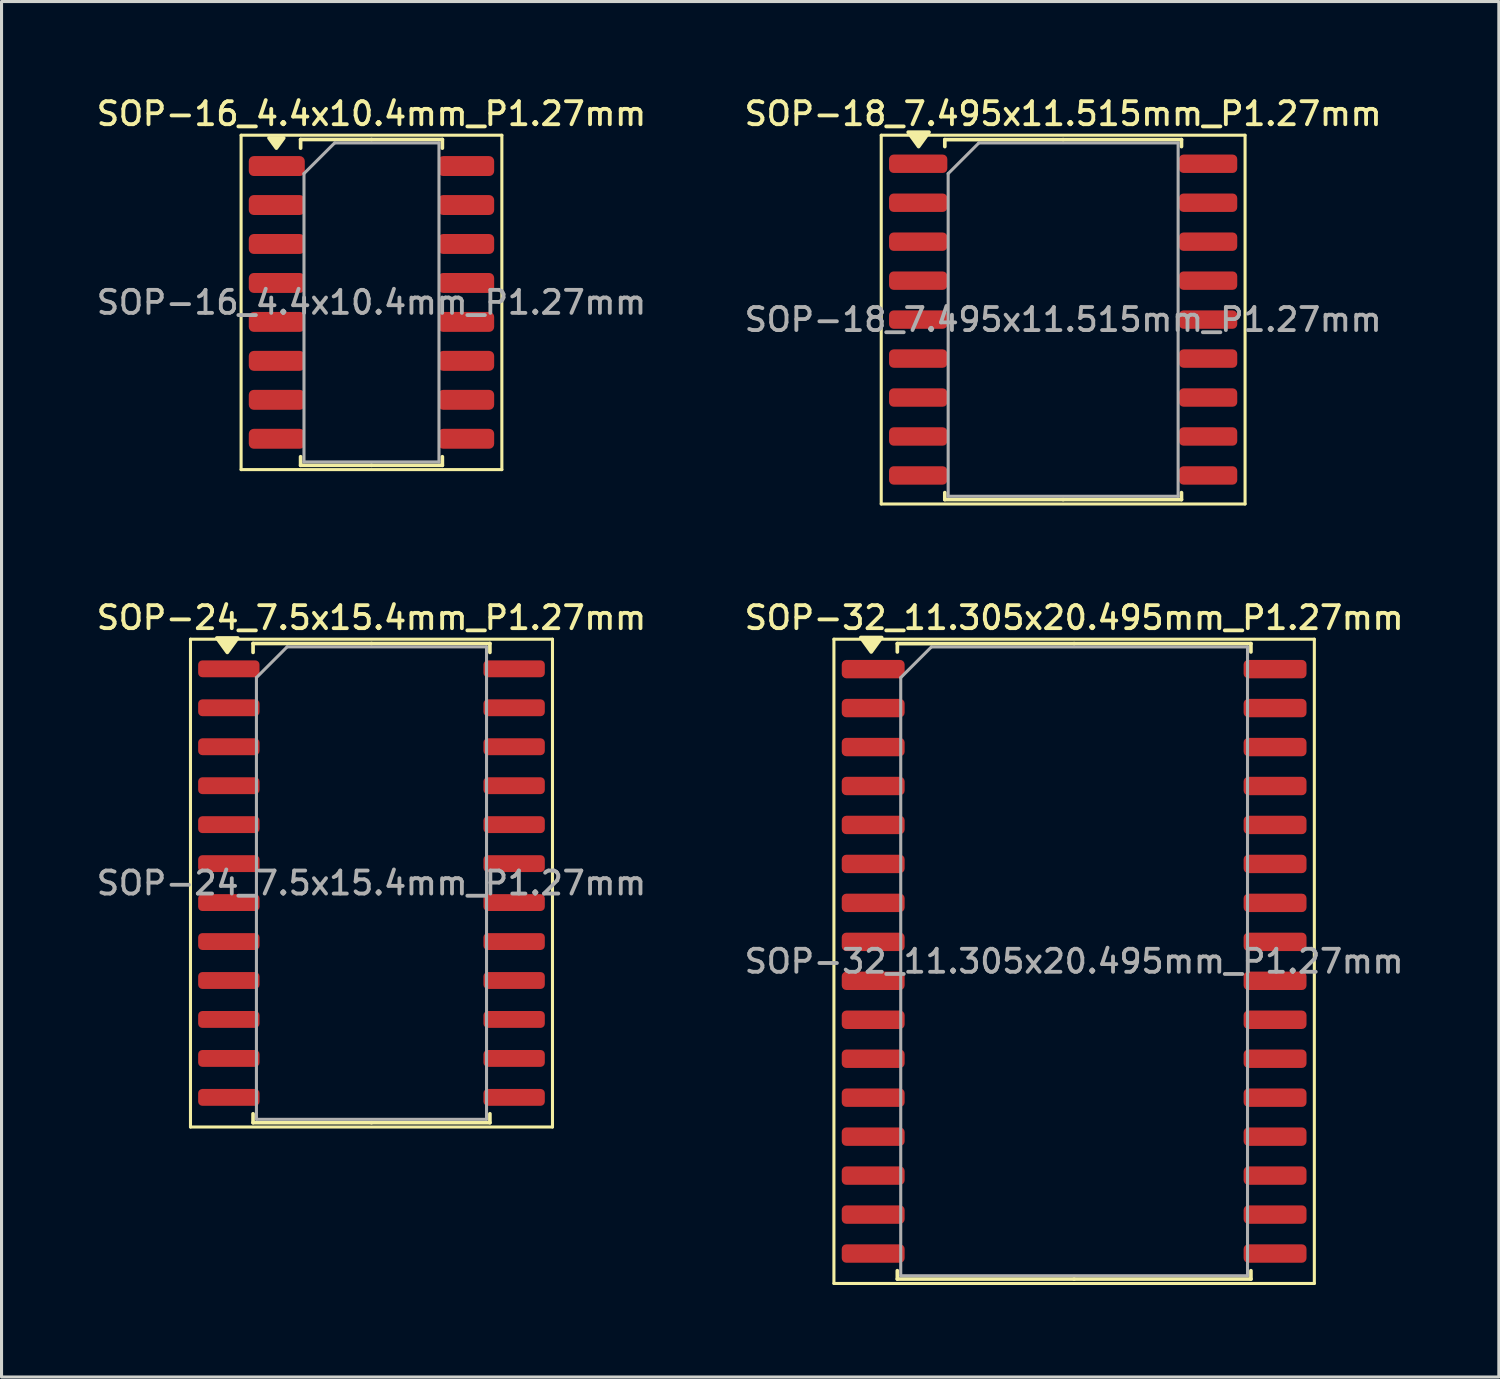
<source format=kicad_pcb>
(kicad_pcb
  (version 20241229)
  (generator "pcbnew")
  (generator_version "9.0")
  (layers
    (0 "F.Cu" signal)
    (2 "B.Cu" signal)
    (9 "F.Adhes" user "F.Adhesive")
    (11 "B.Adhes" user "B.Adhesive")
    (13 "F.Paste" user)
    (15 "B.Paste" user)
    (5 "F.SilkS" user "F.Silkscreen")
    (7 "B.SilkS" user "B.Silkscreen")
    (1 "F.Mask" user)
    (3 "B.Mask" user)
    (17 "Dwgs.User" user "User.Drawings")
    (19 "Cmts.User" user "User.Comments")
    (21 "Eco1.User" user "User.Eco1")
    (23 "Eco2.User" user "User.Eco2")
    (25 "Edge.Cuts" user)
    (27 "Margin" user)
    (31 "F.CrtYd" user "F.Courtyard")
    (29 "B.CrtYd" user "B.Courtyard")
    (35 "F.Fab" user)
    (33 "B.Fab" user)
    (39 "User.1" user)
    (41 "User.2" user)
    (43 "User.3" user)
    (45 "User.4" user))
  (footprint "SOP-24_7.5x15.4mm_P1.27mm"
    (layer "F.Cu")
    (at 9.059 25.736)
    (property "Reference" "SOP-24_7.5x15.4mm_P1.27mm" (at 0 -8.65 0) (layer "F.SilkS") (effects (font (size 0.75 0.75) (thickness 0.125))))
    (attr smd)
    (fp_line (start -5.9 -7.95) (end -5.9 7.95) (stroke (width 0.1) (type solid)) (layer "F.SilkS"))
    (fp_line (start -5.9 7.95) (end 5.9 7.95) (stroke (width 0.1) (type solid)) (layer "F.SilkS"))
    (fp_line (start -3.86 -7.81) (end -3.86 -7.52) (stroke (width 0.12) (type solid)) (layer "F.SilkS"))
    (fp_line (start -3.86 7.81) (end -3.86 7.52) (stroke (width 0.12) (type solid)) (layer "F.SilkS"))
    (fp_line (start 0 -7.81) (end -3.86 -7.81) (stroke (width 0.12) (type solid)) (layer "F.SilkS"))
    (fp_line (start 0 -7.81) (end 3.86 -7.81) (stroke (width 0.12) (type solid)) (layer "F.SilkS"))
    (fp_line (start 0 7.81) (end -3.86 7.81) (stroke (width 0.12) (type solid)) (layer "F.SilkS"))
    (fp_line (start 0 7.81) (end 3.86 7.81) (stroke (width 0.12) (type solid)) (layer "F.SilkS"))
    (fp_line (start 3.86 -7.81) (end 3.86 -7.52) (stroke (width 0.12) (type solid)) (layer "F.SilkS"))
    (fp_line (start 3.86 7.81) (end 3.86 7.52) (stroke (width 0.12) (type solid)) (layer "F.SilkS"))
    (fp_line (start 5.9 -7.95) (end -5.9 -7.95) (stroke (width 0.1) (type solid)) (layer "F.SilkS"))
    (fp_line (start 5.9 7.95) (end 5.9 -7.95) (stroke (width 0.1) (type solid)) (layer "F.SilkS"))
    (fp_poly (pts (xy -4.7 -7.52) (xy -5.04 -7.99) (xy -4.36 -7.99) (xy -4.7 -7.52)) (stroke (width 0.12) (type solid)) (fill yes) (layer "F.SilkS"))
    (fp_line (start -3.75 -6.7) (end -2.75 -7.7) (stroke (width 0.1) (type solid)) (layer "F.Fab"))
    (fp_line (start -3.75 7.7) (end -3.75 -6.7) (stroke (width 0.1) (type solid)) (layer "F.Fab"))
    (fp_line (start -2.75 -7.7) (end 3.75 -7.7) (stroke (width 0.1) (type solid)) (layer "F.Fab"))
    (fp_line (start 3.75 -7.7) (end 3.75 7.7) (stroke (width 0.1) (type solid)) (layer "F.Fab"))
    (fp_line (start 3.75 7.7) (end -3.75 7.7) (stroke (width 0.1) (type solid)) (layer "F.Fab"))
    (fp_text user "${REFERENCE}" (at 0 0 0) (layer "F.Fab") (effects (font (size 0.75 0.75) (thickness 0.125))))
    (pad "1" smd roundrect (at -4.65 -6.985) (size 2 0.55) (layers "F.Cu" "F.Mask" "F.Paste") (roundrect_rratio 0.25))
    (pad "2" smd roundrect (at -4.65 -5.715) (size 2 0.55) (layers "F.Cu" "F.Mask" "F.Paste") (roundrect_rratio 0.25))
    (pad "3" smd roundrect (at -4.65 -4.445) (size 2 0.55) (layers "F.Cu" "F.Mask" "F.Paste") (roundrect_rratio 0.25))
    (pad "4" smd roundrect (at -4.65 -3.175) (size 2 0.55) (layers "F.Cu" "F.Mask" "F.Paste") (roundrect_rratio 0.25))
    (pad "5" smd roundrect (at -4.65 -1.905) (size 2 0.55) (layers "F.Cu" "F.Mask" "F.Paste") (roundrect_rratio 0.25))
    (pad "6" smd roundrect (at -4.65 -0.635) (size 2 0.55) (layers "F.Cu" "F.Mask" "F.Paste") (roundrect_rratio 0.25))
    (pad "7" smd roundrect (at -4.65 0.635) (size 2 0.55) (layers "F.Cu" "F.Mask" "F.Paste") (roundrect_rratio 0.25))
    (pad "8" smd roundrect (at -4.65 1.905) (size 2 0.55) (layers "F.Cu" "F.Mask" "F.Paste") (roundrect_rratio 0.25))
    (pad "9" smd roundrect (at -4.65 3.175) (size 2 0.55) (layers "F.Cu" "F.Mask" "F.Paste") (roundrect_rratio 0.25))
    (pad "10" smd roundrect (at -4.65 4.445) (size 2 0.55) (layers "F.Cu" "F.Mask" "F.Paste") (roundrect_rratio 0.25))
    (pad "11" smd roundrect (at -4.65 5.715) (size 2 0.55) (layers "F.Cu" "F.Mask" "F.Paste") (roundrect_rratio 0.25))
    (pad "12" smd roundrect (at -4.65 6.985) (size 2 0.55) (layers "F.Cu" "F.Mask" "F.Paste") (roundrect_rratio 0.25))
    (pad "13" smd roundrect (at 4.65 6.985) (size 2 0.55) (layers "F.Cu" "F.Mask" "F.Paste") (roundrect_rratio 0.25))
    (pad "14" smd roundrect (at 4.65 5.715) (size 2 0.55) (layers "F.Cu" "F.Mask" "F.Paste") (roundrect_rratio 0.25))
    (pad "15" smd roundrect (at 4.65 4.445) (size 2 0.55) (layers "F.Cu" "F.Mask" "F.Paste") (roundrect_rratio 0.25))
    (pad "16" smd roundrect (at 4.65 3.175) (size 2 0.55) (layers "F.Cu" "F.Mask" "F.Paste") (roundrect_rratio 0.25))
    (pad "17" smd roundrect (at 4.65 1.905) (size 2 0.55) (layers "F.Cu" "F.Mask" "F.Paste") (roundrect_rratio 0.25))
    (pad "18" smd roundrect (at 4.65 0.635) (size 2 0.55) (layers "F.Cu" "F.Mask" "F.Paste") (roundrect_rratio 0.25))
    (pad "19" smd roundrect (at 4.65 -0.635) (size 2 0.55) (layers "F.Cu" "F.Mask" "F.Paste") (roundrect_rratio 0.25))
    (pad "20" smd roundrect (at 4.65 -1.905) (size 2 0.55) (layers "F.Cu" "F.Mask" "F.Paste") (roundrect_rratio 0.25))
    (pad "21" smd roundrect (at 4.65 -3.175) (size 2 0.55) (layers "F.Cu" "F.Mask" "F.Paste") (roundrect_rratio 0.25))
    (pad "22" smd roundrect (at 4.65 -4.445) (size 2 0.55) (layers "F.Cu" "F.Mask" "F.Paste") (roundrect_rratio 0.25))
    (pad "23" smd roundrect (at 4.65 -5.715) (size 2 0.55) (layers "F.Cu" "F.Mask" "F.Paste") (roundrect_rratio 0.25))
    (pad "24" smd roundrect (at 4.65 -6.985) (size 2 0.55) (layers "F.Cu" "F.Mask" "F.Paste") (roundrect_rratio 0.25)))
  (footprint "SOP-16_4.4x10.4mm_P1.27mm"
    (layer "F.Cu")
    (at 9.059 6.808)
    (property "Reference" "SOP-16_4.4x10.4mm_P1.27mm" (at 0 -6.15 0) (layer "F.SilkS") (effects (font (size 0.75 0.75) (thickness 0.125))))
    (attr smd)
    (fp_line (start -4.25 -5.45) (end -4.25 5.45) (stroke (width 0.1) (type solid)) (layer "F.SilkS"))
    (fp_line (start -4.25 5.45) (end 4.25 5.45) (stroke (width 0.1) (type solid)) (layer "F.SilkS"))
    (fp_line (start -2.31 -5.31) (end -2.31 -5.03) (stroke (width 0.12) (type solid)) (layer "F.SilkS"))
    (fp_line (start -2.31 5.31) (end -2.31 5.03) (stroke (width 0.12) (type solid)) (layer "F.SilkS"))
    (fp_line (start 0 -5.31) (end -2.31 -5.31) (stroke (width 0.12) (type solid)) (layer "F.SilkS"))
    (fp_line (start 0 -5.31) (end 2.31 -5.31) (stroke (width 0.12) (type solid)) (layer "F.SilkS"))
    (fp_line (start 0 5.31) (end -2.31 5.31) (stroke (width 0.12) (type solid)) (layer "F.SilkS"))
    (fp_line (start 0 5.31) (end 2.31 5.31) (stroke (width 0.12) (type solid)) (layer "F.SilkS"))
    (fp_line (start 2.31 -5.31) (end 2.31 -5.03) (stroke (width 0.12) (type solid)) (layer "F.SilkS"))
    (fp_line (start 2.31 5.31) (end 2.31 5.03) (stroke (width 0.12) (type solid)) (layer "F.SilkS"))
    (fp_line (start 4.25 -5.45) (end -4.25 -5.45) (stroke (width 0.1) (type solid)) (layer "F.SilkS"))
    (fp_line (start 4.25 5.45) (end 4.25 -5.45) (stroke (width 0.1) (type solid)) (layer "F.SilkS"))
    (fp_poly (pts (xy -3.1 -5.03) (xy -3.34 -5.36) (xy -2.86 -5.36) (xy -3.1 -5.03)) (stroke (width 0.12) (type solid)) (fill yes) (layer "F.SilkS"))
    (fp_line (start -2.2 -4.2) (end -1.2 -5.2) (stroke (width 0.1) (type solid)) (layer "F.Fab"))
    (fp_line (start -2.2 5.2) (end -2.2 -4.2) (stroke (width 0.1) (type solid)) (layer "F.Fab"))
    (fp_line (start -1.2 -5.2) (end 2.2 -5.2) (stroke (width 0.1) (type solid)) (layer "F.Fab"))
    (fp_line (start 2.2 -5.2) (end 2.2 5.2) (stroke (width 0.1) (type solid)) (layer "F.Fab"))
    (fp_line (start 2.2 5.2) (end -2.2 5.2) (stroke (width 0.1) (type solid)) (layer "F.Fab"))
    (fp_text user "${REFERENCE}" (at 0 0 0) (layer "F.Fab") (effects (font (size 0.75 0.75) (thickness 0.125))))
    (pad "1" smd roundrect (at -3.087 -4.445) (size 1.825 0.65) (layers "F.Cu" "F.Mask" "F.Paste") (roundrect_rratio 0.25))
    (pad "2" smd roundrect (at -3.087 -3.175) (size 1.825 0.65) (layers "F.Cu" "F.Mask" "F.Paste") (roundrect_rratio 0.25))
    (pad "3" smd roundrect (at -3.087 -1.905) (size 1.825 0.65) (layers "F.Cu" "F.Mask" "F.Paste") (roundrect_rratio 0.25))
    (pad "4" smd roundrect (at -3.087 -0.635) (size 1.825 0.65) (layers "F.Cu" "F.Mask" "F.Paste") (roundrect_rratio 0.25))
    (pad "5" smd roundrect (at -3.087 0.635) (size 1.825 0.65) (layers "F.Cu" "F.Mask" "F.Paste") (roundrect_rratio 0.25))
    (pad "6" smd roundrect (at -3.087 1.905) (size 1.825 0.65) (layers "F.Cu" "F.Mask" "F.Paste") (roundrect_rratio 0.25))
    (pad "7" smd roundrect (at -3.087 3.175) (size 1.825 0.65) (layers "F.Cu" "F.Mask" "F.Paste") (roundrect_rratio 0.25))
    (pad "8" smd roundrect (at -3.087 4.445) (size 1.825 0.65) (layers "F.Cu" "F.Mask" "F.Paste") (roundrect_rratio 0.25))
    (pad "9" smd roundrect (at 3.087 4.445) (size 1.825 0.65) (layers "F.Cu" "F.Mask" "F.Paste") (roundrect_rratio 0.25))
    (pad "10" smd roundrect (at 3.087 3.175) (size 1.825 0.65) (layers "F.Cu" "F.Mask" "F.Paste") (roundrect_rratio 0.25))
    (pad "11" smd roundrect (at 3.087 1.905) (size 1.825 0.65) (layers "F.Cu" "F.Mask" "F.Paste") (roundrect_rratio 0.25))
    (pad "12" smd roundrect (at 3.087 0.635) (size 1.825 0.65) (layers "F.Cu" "F.Mask" "F.Paste") (roundrect_rratio 0.25))
    (pad "13" smd roundrect (at 3.087 -0.635) (size 1.825 0.65) (layers "F.Cu" "F.Mask" "F.Paste") (roundrect_rratio 0.25))
    (pad "14" smd roundrect (at 3.087 -1.905) (size 1.825 0.65) (layers "F.Cu" "F.Mask" "F.Paste") (roundrect_rratio 0.25))
    (pad "15" smd roundrect (at 3.087 -3.175) (size 1.825 0.65) (layers "F.Cu" "F.Mask" "F.Paste") (roundrect_rratio 0.25))
    (pad "16" smd roundrect (at 3.087 -4.445) (size 1.825 0.65) (layers "F.Cu" "F.Mask" "F.Paste") (roundrect_rratio 0.25)))
  (footprint "SOP-32_11.305x20.495mm_P1.27mm"
    (layer "F.Cu")
    (at 31.963 28.286)
    (property "Reference" "SOP-32_11.305x20.495mm_P1.27mm" (at 0 -11.2 0) (layer "F.SilkS") (effects (font (size 0.75 0.75) (thickness 0.125))))
    (attr smd)
    (fp_line (start -7.83 -10.5) (end -7.83 10.5) (stroke (width 0.1) (type solid)) (layer "F.SilkS"))
    (fp_line (start -7.83 10.5) (end 7.83 10.5) (stroke (width 0.1) (type solid)) (layer "F.SilkS"))
    (fp_line (start -5.763 -10.357) (end -5.763 -10.085) (stroke (width 0.12) (type solid)) (layer "F.SilkS"))
    (fp_line (start -5.763 10.357) (end -5.763 10.085) (stroke (width 0.12) (type solid)) (layer "F.SilkS"))
    (fp_line (start 0 -10.357) (end -5.763 -10.357) (stroke (width 0.12) (type solid)) (layer "F.SilkS"))
    (fp_line (start 0 -10.357) (end 5.763 -10.357) (stroke (width 0.12) (type solid)) (layer "F.SilkS"))
    (fp_line (start 0 10.357) (end -5.763 10.357) (stroke (width 0.12) (type solid)) (layer "F.SilkS"))
    (fp_line (start 0 10.357) (end 5.763 10.357) (stroke (width 0.12) (type solid)) (layer "F.SilkS"))
    (fp_line (start 5.763 -10.357) (end 5.763 -10.085) (stroke (width 0.12) (type solid)) (layer "F.SilkS"))
    (fp_line (start 5.763 10.357) (end 5.763 10.085) (stroke (width 0.12) (type solid)) (layer "F.SilkS"))
    (fp_line (start 7.83 -10.5) (end -7.83 -10.5) (stroke (width 0.1) (type solid)) (layer "F.SilkS"))
    (fp_line (start 7.83 10.5) (end 7.83 -10.5) (stroke (width 0.1) (type solid)) (layer "F.SilkS"))
    (fp_poly (pts (xy -6.614 -10.085) (xy -6.954 -10.555) (xy -6.274 -10.555) (xy -6.614 -10.085)) (stroke (width 0.12) (type solid)) (fill yes) (layer "F.SilkS"))
    (fp_line (start -5.652 -9.248) (end -4.652 -10.248) (stroke (width 0.1) (type solid)) (layer "F.Fab"))
    (fp_line (start -5.652 10.248) (end -5.652 -9.248) (stroke (width 0.1) (type solid)) (layer "F.Fab"))
    (fp_line (start -4.652 -10.248) (end 5.652 -10.248) (stroke (width 0.1) (type solid)) (layer "F.Fab"))
    (fp_line (start 5.652 -10.248) (end 5.652 10.248) (stroke (width 0.1) (type solid)) (layer "F.Fab"))
    (fp_line (start 5.652 10.248) (end -5.652 10.248) (stroke (width 0.1) (type solid)) (layer "F.Fab"))
    (fp_text user "${REFERENCE}" (at 0 0 0) (layer "F.Fab") (effects (font (size 0.75 0.75) (thickness 0.125))))
    (pad "1" smd roundrect (at -6.55 -9.525) (size 2.05 0.6) (layers "F.Cu" "F.Mask" "F.Paste") (roundrect_rratio 0.25))
    (pad "2" smd roundrect (at -6.55 -8.255) (size 2.05 0.6) (layers "F.Cu" "F.Mask" "F.Paste") (roundrect_rratio 0.25))
    (pad "3" smd roundrect (at -6.55 -6.985) (size 2.05 0.6) (layers "F.Cu" "F.Mask" "F.Paste") (roundrect_rratio 0.25))
    (pad "4" smd roundrect (at -6.55 -5.715) (size 2.05 0.6) (layers "F.Cu" "F.Mask" "F.Paste") (roundrect_rratio 0.25))
    (pad "5" smd roundrect (at -6.55 -4.445) (size 2.05 0.6) (layers "F.Cu" "F.Mask" "F.Paste") (roundrect_rratio 0.25))
    (pad "6" smd roundrect (at -6.55 -3.175) (size 2.05 0.6) (layers "F.Cu" "F.Mask" "F.Paste") (roundrect_rratio 0.25))
    (pad "7" smd roundrect (at -6.55 -1.905) (size 2.05 0.6) (layers "F.Cu" "F.Mask" "F.Paste") (roundrect_rratio 0.25))
    (pad "8" smd roundrect (at -6.55 -0.635) (size 2.05 0.6) (layers "F.Cu" "F.Mask" "F.Paste") (roundrect_rratio 0.25))
    (pad "9" smd roundrect (at -6.55 0.635) (size 2.05 0.6) (layers "F.Cu" "F.Mask" "F.Paste") (roundrect_rratio 0.25))
    (pad "10" smd roundrect (at -6.55 1.905) (size 2.05 0.6) (layers "F.Cu" "F.Mask" "F.Paste") (roundrect_rratio 0.25))
    (pad "11" smd roundrect (at -6.55 3.175) (size 2.05 0.6) (layers "F.Cu" "F.Mask" "F.Paste") (roundrect_rratio 0.25))
    (pad "12" smd roundrect (at -6.55 4.445) (size 2.05 0.6) (layers "F.Cu" "F.Mask" "F.Paste") (roundrect_rratio 0.25))
    (pad "13" smd roundrect (at -6.55 5.715) (size 2.05 0.6) (layers "F.Cu" "F.Mask" "F.Paste") (roundrect_rratio 0.25))
    (pad "14" smd roundrect (at -6.55 6.985) (size 2.05 0.6) (layers "F.Cu" "F.Mask" "F.Paste") (roundrect_rratio 0.25))
    (pad "15" smd roundrect (at -6.55 8.255) (size 2.05 0.6) (layers "F.Cu" "F.Mask" "F.Paste") (roundrect_rratio 0.25))
    (pad "16" smd roundrect (at -6.55 9.525) (size 2.05 0.6) (layers "F.Cu" "F.Mask" "F.Paste") (roundrect_rratio 0.25))
    (pad "17" smd roundrect (at 6.55 9.525) (size 2.05 0.6) (layers "F.Cu" "F.Mask" "F.Paste") (roundrect_rratio 0.25))
    (pad "18" smd roundrect (at 6.55 8.255) (size 2.05 0.6) (layers "F.Cu" "F.Mask" "F.Paste") (roundrect_rratio 0.25))
    (pad "19" smd roundrect (at 6.55 6.985) (size 2.05 0.6) (layers "F.Cu" "F.Mask" "F.Paste") (roundrect_rratio 0.25))
    (pad "20" smd roundrect (at 6.55 5.715) (size 2.05 0.6) (layers "F.Cu" "F.Mask" "F.Paste") (roundrect_rratio 0.25))
    (pad "21" smd roundrect (at 6.55 4.445) (size 2.05 0.6) (layers "F.Cu" "F.Mask" "F.Paste") (roundrect_rratio 0.25))
    (pad "22" smd roundrect (at 6.55 3.175) (size 2.05 0.6) (layers "F.Cu" "F.Mask" "F.Paste") (roundrect_rratio 0.25))
    (pad "23" smd roundrect (at 6.55 1.905) (size 2.05 0.6) (layers "F.Cu" "F.Mask" "F.Paste") (roundrect_rratio 0.25))
    (pad "24" smd roundrect (at 6.55 0.635) (size 2.05 0.6) (layers "F.Cu" "F.Mask" "F.Paste") (roundrect_rratio 0.25))
    (pad "25" smd roundrect (at 6.55 -0.635) (size 2.05 0.6) (layers "F.Cu" "F.Mask" "F.Paste") (roundrect_rratio 0.25))
    (pad "26" smd roundrect (at 6.55 -1.905) (size 2.05 0.6) (layers "F.Cu" "F.Mask" "F.Paste") (roundrect_rratio 0.25))
    (pad "27" smd roundrect (at 6.55 -3.175) (size 2.05 0.6) (layers "F.Cu" "F.Mask" "F.Paste") (roundrect_rratio 0.25))
    (pad "28" smd roundrect (at 6.55 -4.445) (size 2.05 0.6) (layers "F.Cu" "F.Mask" "F.Paste") (roundrect_rratio 0.25))
    (pad "29" smd roundrect (at 6.55 -5.715) (size 2.05 0.6) (layers "F.Cu" "F.Mask" "F.Paste") (roundrect_rratio 0.25))
    (pad "30" smd roundrect (at 6.55 -6.985) (size 2.05 0.6) (layers "F.Cu" "F.Mask" "F.Paste") (roundrect_rratio 0.25))
    (pad "31" smd roundrect (at 6.55 -8.255) (size 2.05 0.6) (layers "F.Cu" "F.Mask" "F.Paste") (roundrect_rratio 0.25))
    (pad "32" smd roundrect (at 6.55 -9.525) (size 2.05 0.6) (layers "F.Cu" "F.Mask" "F.Paste") (roundrect_rratio 0.25)))
  (footprint "SOP-18_7.495x11.515mm_P1.27mm"
    (layer "F.Cu")
    (at 31.605 7.368)
    (property "Reference" "SOP-18_7.495x11.515mm_P1.27mm" (at 0 -6.71 0) (layer "F.SilkS") (effects (font (size 0.75 0.75) (thickness 0.125))))
    (attr smd)
    (fp_line (start -5.93 -6.01) (end -5.93 6.01) (stroke (width 0.1) (type solid)) (layer "F.SilkS"))
    (fp_line (start -5.93 6.01) (end 5.93 6.01) (stroke (width 0.1) (type solid)) (layer "F.SilkS"))
    (fp_line (start -3.857 -5.867) (end -3.857 -5.64) (stroke (width 0.12) (type solid)) (layer "F.SilkS"))
    (fp_line (start -3.857 5.867) (end -3.857 5.64) (stroke (width 0.12) (type solid)) (layer "F.SilkS"))
    (fp_line (start 0 -5.867) (end -3.857 -5.867) (stroke (width 0.12) (type solid)) (layer "F.SilkS"))
    (fp_line (start 0 -5.867) (end 3.857 -5.867) (stroke (width 0.12) (type solid)) (layer "F.SilkS"))
    (fp_line (start 0 5.867) (end -3.857 5.867) (stroke (width 0.12) (type solid)) (layer "F.SilkS"))
    (fp_line (start 0 5.867) (end 3.857 5.867) (stroke (width 0.12) (type solid)) (layer "F.SilkS"))
    (fp_line (start 3.857 -5.867) (end 3.857 -5.64) (stroke (width 0.12) (type solid)) (layer "F.SilkS"))
    (fp_line (start 3.857 5.867) (end 3.857 5.64) (stroke (width 0.12) (type solid)) (layer "F.SilkS"))
    (fp_line (start 5.93 -6.01) (end -5.93 -6.01) (stroke (width 0.1) (type solid)) (layer "F.SilkS"))
    (fp_line (start 5.93 6.01) (end 5.93 -6.01) (stroke (width 0.1) (type solid)) (layer "F.SilkS"))
    (fp_poly (pts (xy -4.711 -5.64) (xy -5.051 -6.11) (xy -4.371 -6.11) (xy -4.711 -5.64)) (stroke (width 0.12) (type solid)) (fill yes) (layer "F.SilkS"))
    (fp_line (start -3.748 -4.758) (end -2.748 -5.758) (stroke (width 0.1) (type solid)) (layer "F.Fab"))
    (fp_line (start -3.748 5.758) (end -3.748 -4.758) (stroke (width 0.1) (type solid)) (layer "F.Fab"))
    (fp_line (start -2.748 -5.758) (end 3.748 -5.758) (stroke (width 0.1) (type solid)) (layer "F.Fab"))
    (fp_line (start 3.748 -5.758) (end 3.748 5.758) (stroke (width 0.1) (type solid)) (layer "F.Fab"))
    (fp_line (start 3.748 5.758) (end -3.748 5.758) (stroke (width 0.1) (type solid)) (layer "F.Fab"))
    (fp_text user "${REFERENCE}" (at 0 0 0) (layer "F.Fab") (effects (font (size 0.75 0.75) (thickness 0.125))))
    (pad "1" smd roundrect (at -4.725 -5.08) (size 1.9 0.6) (layers "F.Cu" "F.Mask" "F.Paste") (roundrect_rratio 0.25))
    (pad "2" smd roundrect (at -4.725 -3.81) (size 1.9 0.6) (layers "F.Cu" "F.Mask" "F.Paste") (roundrect_rratio 0.25))
    (pad "3" smd roundrect (at -4.725 -2.54) (size 1.9 0.6) (layers "F.Cu" "F.Mask" "F.Paste") (roundrect_rratio 0.25))
    (pad "4" smd roundrect (at -4.725 -1.27) (size 1.9 0.6) (layers "F.Cu" "F.Mask" "F.Paste") (roundrect_rratio 0.25))
    (pad "5" smd roundrect (at -4.725 0) (size 1.9 0.6) (layers "F.Cu" "F.Mask" "F.Paste") (roundrect_rratio 0.25))
    (pad "6" smd roundrect (at -4.725 1.27) (size 1.9 0.6) (layers "F.Cu" "F.Mask" "F.Paste") (roundrect_rratio 0.25))
    (pad "7" smd roundrect (at -4.725 2.54) (size 1.9 0.6) (layers "F.Cu" "F.Mask" "F.Paste") (roundrect_rratio 0.25))
    (pad "8" smd roundrect (at -4.725 3.81) (size 1.9 0.6) (layers "F.Cu" "F.Mask" "F.Paste") (roundrect_rratio 0.25))
    (pad "9" smd roundrect (at -4.725 5.08) (size 1.9 0.6) (layers "F.Cu" "F.Mask" "F.Paste") (roundrect_rratio 0.25))
    (pad "10" smd roundrect (at 4.725 5.08) (size 1.9 0.6) (layers "F.Cu" "F.Mask" "F.Paste") (roundrect_rratio 0.25))
    (pad "11" smd roundrect (at 4.725 3.81) (size 1.9 0.6) (layers "F.Cu" "F.Mask" "F.Paste") (roundrect_rratio 0.25))
    (pad "12" smd roundrect (at 4.725 2.54) (size 1.9 0.6) (layers "F.Cu" "F.Mask" "F.Paste") (roundrect_rratio 0.25))
    (pad "13" smd roundrect (at 4.725 1.27) (size 1.9 0.6) (layers "F.Cu" "F.Mask" "F.Paste") (roundrect_rratio 0.25))
    (pad "14" smd roundrect (at 4.725 0) (size 1.9 0.6) (layers "F.Cu" "F.Mask" "F.Paste") (roundrect_rratio 0.25))
    (pad "15" smd roundrect (at 4.725 -1.27) (size 1.9 0.6) (layers "F.Cu" "F.Mask" "F.Paste") (roundrect_rratio 0.25))
    (pad "16" smd roundrect (at 4.725 -2.54) (size 1.9 0.6) (layers "F.Cu" "F.Mask" "F.Paste") (roundrect_rratio 0.25))
    (pad "17" smd roundrect (at 4.725 -3.81) (size 1.9 0.6) (layers "F.Cu" "F.Mask" "F.Paste") (roundrect_rratio 0.25))
    (pad "18" smd roundrect (at 4.725 -5.08) (size 1.9 0.6) (layers "F.Cu" "F.Mask" "F.Paste") (roundrect_rratio 0.25)))
  (gr_rect
    (start -3 -3)
    (end 45.807 41.836)
    (stroke (width 0.1) (type default))
    (fill no)
    (layer "Edge.Cuts")))
</source>
